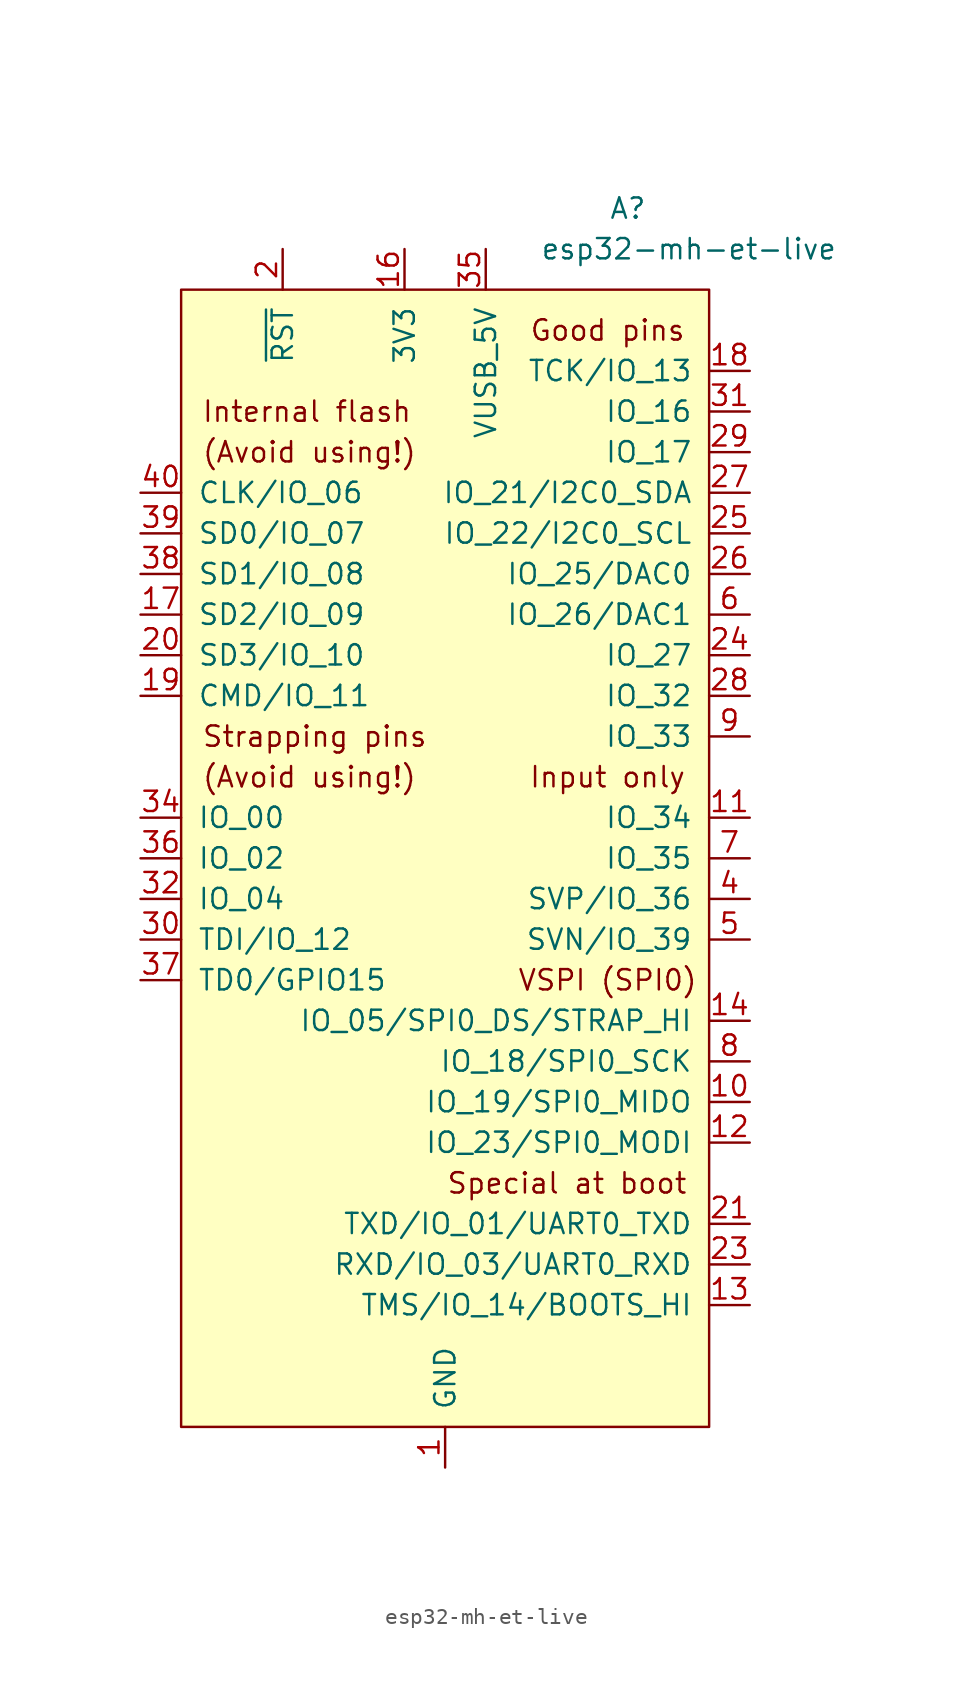
<source format=kicad_sym>
(kicad_symbol_lib
  (version 20211014)
  (generator kicad_symbol_editor)
  (symbol "esp32-mh-et-live"
    (pin_names
      (offset 1.016))
    (property "Reference" "A"
      (at 11.43 44.45 0)
      (effects (font (size 1.27 1.27))))
    (property "Value" "esp32-mh-et-live"
      (at 15.24 41.91 0)
      (effects (font (size 1.27 1.27))))
    (symbol "esp32-mh-et-live_0_0"
      (text "(Avoid using!)" (at -15.24 8.89 0) (effects (font (size 1.27 1.27)) (justify left)))
      (text "(Avoid using!)" (at -15.24 29.21 0) (effects (font (size 1.27 1.27)) (justify left)))
      (text "Good pins" (at 10.16 36.83 0) (effects (font (size 1.27 1.27))))
      (text "Input only" (at 10.16 8.89 0) (effects (font (size 1.27 1.27))))
      (text "Internal flash" (at -15.24 31.75 0) (effects (font (size 1.27 1.27)) (justify left)))
      (text "Special at boot" (at 7.62 -16.51 0) (effects (font (size 1.27 1.27))))
      (text "Strapping pins" (at -15.24 11.43 0) (effects (font (size 1.27 1.27)) (justify left)))
      (text "VSPI (SPI0)" (at 10.16 -3.81 0) (effects (font (size 1.27 1.27))))
      (pin power_in line (at 0 -34.29 90) (length 2.54) (name "GND" (effects (font (size 1.27 1.27)))) (number "1" (effects (font (size 1.27 1.27)))))
      (pin input line (at -10.16 41.91 270) (length 2.54) (name "~{RST}" (effects (font (size 1.27 1.27)))) (number "2" (effects (font (size 1.27 1.27)))))
      (pin no_connect line (at 5.08 -27.94 0) (length 2.54) hide (name "NC" (effects (font (size 1.27 1.27)))) (number "3" (effects (font (size 1.27 1.27)))))
      (pin bidirectional line (at 19.05 1.27 180) (length 2.54) (name "SVP/IO_36" (effects (font (size 1.27 1.27)))) (number "4" (effects (font (size 1.27 1.27)))))
      (pin bidirectional line (at 19.05 -1.27 180) (length 2.54) (name "SVN/IO_39" (effects (font (size 1.27 1.27)))) (number "5" (effects (font (size 1.27 1.27))))))
    (symbol "esp32-mh-et-live_0_1"
      (rectangle (start -16.51 39.37) (end 16.51 -31.75) (stroke (width 0) (type default) (color 0 0 0 0)) (fill (type background))))
    (symbol "esp32-mh-et-live_1_1"
      (pin bidirectional line (at 19.05 -11.43 180) (length 2.54) (name "IO_19/SPI0_MIDO" (effects (font (size 1.27 1.27)))) (number "10" (effects (font (size 1.27 1.27)))))
      (pin bidirectional line (at 19.05 6.35 180) (length 2.54) (name "IO_34" (effects (font (size 1.27 1.27)))) (number "11" (effects (font (size 1.27 1.27)))))
      (pin bidirectional line (at 19.05 -13.97 180) (length 2.54) (name "IO_23/SPI0_MODI" (effects (font (size 1.27 1.27)))) (number "12" (effects (font (size 1.27 1.27)))))
      (pin bidirectional line (at 19.05 -24.13 180) (length 2.54) (name "TMS/IO_14/BOOTS_HI" (effects (font (size 1.27 1.27)))) (number "13" (effects (font (size 1.27 1.27)))))
      (pin bidirectional line (at 19.05 -6.35 180) (length 2.54) (name "IO_05/SPI0_DS/STRAP_HI" (effects (font (size 1.27 1.27)))) (number "14" (effects (font (size 1.27 1.27)))))
      (pin no_connect line (at 5.08 -30.48 0) (length 2.54) hide (name "NC" (effects (font (size 1.27 1.27)))) (number "15" (effects (font (size 1.27 1.27)))))
      (pin power_in line (at -2.54 41.91 270) (length 2.54) (name "3V3" (effects (font (size 1.27 1.27)))) (number "16" (effects (font (size 1.27 1.27)))))
      (pin bidirectional line (at -19.05 19.05 0) (length 2.54) (name "SD2/IO_09" (effects (font (size 1.27 1.27)))) (number "17" (effects (font (size 1.27 1.27)))))
      (pin bidirectional line (at 19.05 34.29 180) (length 2.54) (name "TCK/IO_13" (effects (font (size 1.27 1.27)))) (number "18" (effects (font (size 1.27 1.27)))))
      (pin bidirectional line (at -19.05 13.97 0) (length 2.54) (name "CMD/IO_11" (effects (font (size 1.27 1.27)))) (number "19" (effects (font (size 1.27 1.27)))))
      (pin bidirectional line (at -19.05 16.51 0) (length 2.54) (name "SD3/IO_10" (effects (font (size 1.27 1.27)))) (number "20" (effects (font (size 1.27 1.27)))))
      (pin bidirectional line (at 19.05 -19.05 180) (length 2.54) (name "TXD/IO_01/UART0_TXD" (effects (font (size 1.27 1.27)))) (number "21" (effects (font (size 1.27 1.27)))))
      (pin power_in line (at 0 -34.29 90) (length 2.54) hide (name "GND" (effects (font (size 1.27 1.27)))) (number "22" (effects (font (size 1.27 1.27)))))
      (pin bidirectional line (at 19.05 -21.59 180) (length 2.54) (name "RXD/IO_03/UART0_RXD" (effects (font (size 1.27 1.27)))) (number "23" (effects (font (size 1.27 1.27)))))
      (pin bidirectional line (at 19.05 16.51 180) (length 2.54) (name "IO_27" (effects (font (size 1.27 1.27)))) (number "24" (effects (font (size 1.27 1.27)))))
      (pin bidirectional line (at 19.05 24.13 180) (length 2.54) (name "IO_22/I2C0_SCL" (effects (font (size 1.27 1.27)))) (number "25" (effects (font (size 1.27 1.27)))))
      (pin bidirectional line (at 19.05 21.59 180) (length 2.54) (name "IO_25/DAC0" (effects (font (size 1.27 1.27)))) (number "26" (effects (font (size 1.27 1.27)))))
      (pin bidirectional line (at 19.05 26.67 180) (length 2.54) (name "IO_21/I2C0_SDA" (effects (font (size 1.27 1.27)))) (number "27" (effects (font (size 1.27 1.27)))))
      (pin bidirectional line (at 19.05 13.97 180) (length 2.54) (name "IO_32" (effects (font (size 1.27 1.27)))) (number "28" (effects (font (size 1.27 1.27)))))
      (pin bidirectional line (at 19.05 29.21 180) (length 2.54) (name "IO_17" (effects (font (size 1.27 1.27)))) (number "29" (effects (font (size 1.27 1.27)))))
      (pin bidirectional line (at -19.05 -1.27 0) (length 2.54) (name "TDI/IO_12" (effects (font (size 1.27 1.27)))) (number "30" (effects (font (size 1.27 1.27)))))
      (pin bidirectional line (at 19.05 31.75 180) (length 2.54) (name "IO_16" (effects (font (size 1.27 1.27)))) (number "31" (effects (font (size 1.27 1.27)))))
      (pin bidirectional line (at -19.05 1.27 0) (length 2.54) (name "IO_04" (effects (font (size 1.27 1.27)))) (number "32" (effects (font (size 1.27 1.27)))))
      (pin power_in line (at 0 -34.29 90) (length 2.54) hide (name "GND" (effects (font (size 1.27 1.27)))) (number "33" (effects (font (size 1.27 1.27)))))
      (pin bidirectional line (at -19.05 6.35 0) (length 2.54) (name "IO_00" (effects (font (size 1.27 1.27)))) (number "34" (effects (font (size 1.27 1.27)))))
      (pin power_in line (at 2.54 41.91 270) (length 2.54) (name "VUSB_5V" (effects (font (size 1.27 1.27)))) (number "35" (effects (font (size 1.27 1.27)))))
      (pin bidirectional line (at -19.05 3.81 0) (length 2.54) (name "IO_02" (effects (font (size 1.27 1.27)))) (number "36" (effects (font (size 1.27 1.27)))))
      (pin bidirectional line (at -19.05 -3.81 0) (length 2.54) (name "TD0/GPIO15" (effects (font (size 1.27 1.27)))) (number "37" (effects (font (size 1.27 1.27)))))
      (pin bidirectional line (at -19.05 21.59 0) (length 2.54) (name "SD1/IO_08" (effects (font (size 1.27 1.27)))) (number "38" (effects (font (size 1.27 1.27)))))
      (pin bidirectional line (at -19.05 24.13 0) (length 2.54) (name "SD0/IO_07" (effects (font (size 1.27 1.27)))) (number "39" (effects (font (size 1.27 1.27)))))
      (pin bidirectional line (at -19.05 26.67 0) (length 2.54) (name "CLK/IO_06" (effects (font (size 1.27 1.27)))) (number "40" (effects (font (size 1.27 1.27)))))
      (pin bidirectional line (at 19.05 19.05 180) (length 2.54) (name "IO_26/DAC1" (effects (font (size 1.27 1.27)))) (number "6" (effects (font (size 1.27 1.27)))))
      (pin bidirectional line (at 19.05 3.81 180) (length 2.54) (name "IO_35" (effects (font (size 1.27 1.27)))) (number "7" (effects (font (size 1.27 1.27)))))
      (pin bidirectional line (at 19.05 -8.89 180) (length 2.54) (name "IO_18/SPI0_SCK" (effects (font (size 1.27 1.27)))) (number "8" (effects (font (size 1.27 1.27)))))
      (pin bidirectional line (at 19.05 11.43 180) (length 2.54) (name "IO_33" (effects (font (size 1.27 1.27)))) (number "9" (effects (font (size 1.27 1.27))))))))
</source>
